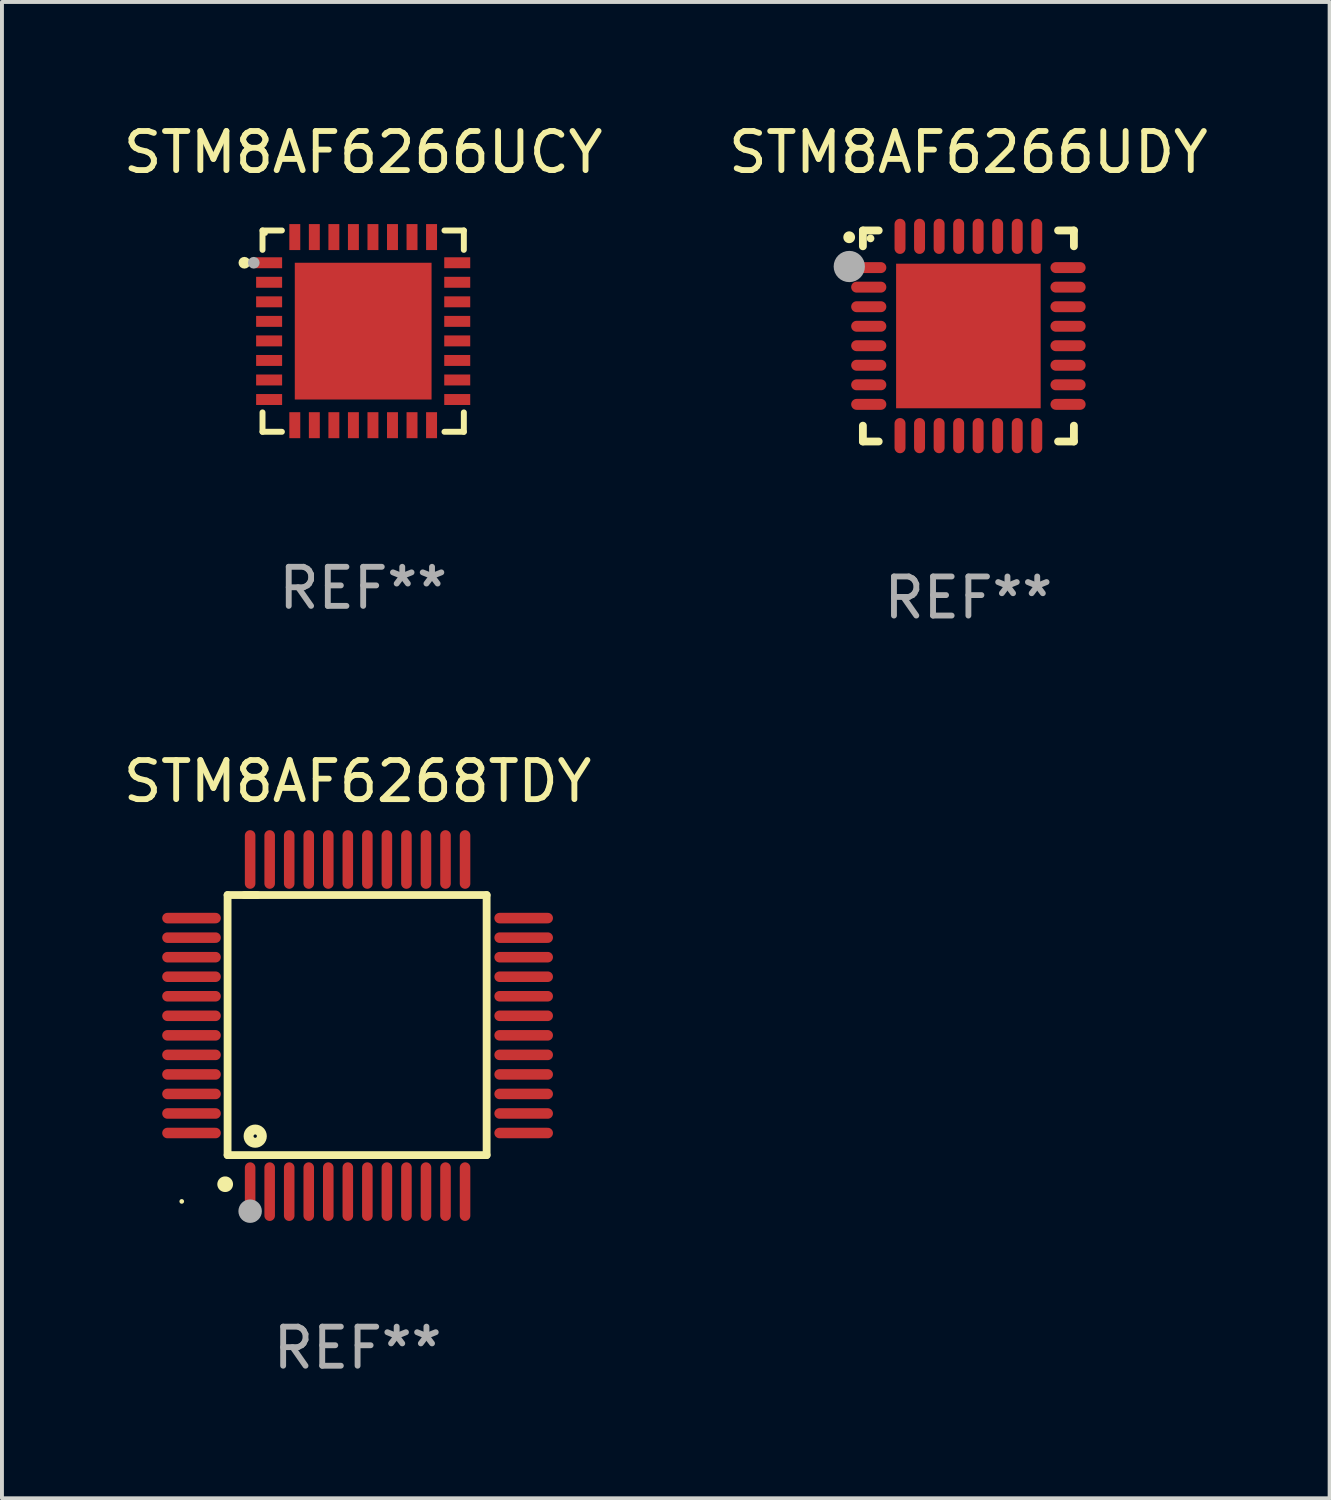
<source format=kicad_pcb>
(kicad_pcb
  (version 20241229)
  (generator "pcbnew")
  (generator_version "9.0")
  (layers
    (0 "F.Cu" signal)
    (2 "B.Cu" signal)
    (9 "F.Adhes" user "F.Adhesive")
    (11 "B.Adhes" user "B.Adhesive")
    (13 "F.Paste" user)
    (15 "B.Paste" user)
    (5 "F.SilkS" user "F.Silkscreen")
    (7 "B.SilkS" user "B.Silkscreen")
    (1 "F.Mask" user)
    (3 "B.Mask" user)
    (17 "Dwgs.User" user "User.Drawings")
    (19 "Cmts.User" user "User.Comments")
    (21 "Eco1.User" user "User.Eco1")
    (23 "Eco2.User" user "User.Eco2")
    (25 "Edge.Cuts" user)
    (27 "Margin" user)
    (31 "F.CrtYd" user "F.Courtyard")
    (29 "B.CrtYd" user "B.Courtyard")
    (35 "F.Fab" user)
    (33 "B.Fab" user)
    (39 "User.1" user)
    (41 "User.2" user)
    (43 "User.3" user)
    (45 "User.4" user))
  (footprint "STM8AF6268TDY"
    (layer "F.Cu")
    (at 6.101 23.195)
    (property "Reference" "STM8AF6268TDY" (at 0 -6.25 0) (layer "F.SilkS") (effects (font (size 1 1) (thickness 0.15))))
    (attr through_hole)
    (fp_line (start -3.327 -3.34) (end -2.565 -3.34) (stroke (width 0.2) (type solid)) (layer "F.SilkS"))
    (fp_line (start -3.327 3.315) (end -3.327 -3.34) (stroke (width 0.2) (type solid)) (layer "F.SilkS"))
    (fp_line (start -2.896 -3.34) (end 3.302 -3.34) (stroke (width 0.2) (type solid)) (layer "F.SilkS"))
    (fp_line (start 3.302 -3.34) (end 3.302 3.315) (stroke (width 0.2) (type solid)) (layer "F.SilkS"))
    (fp_line (start 3.302 3.315) (end -3.327 3.315) (stroke (width 0.2) (type solid)) (layer "F.SilkS"))
    (fp_arc (start -3.389992 4.059995) (mid -3.388722 4.059991) (end -3.387452 4.059995) (stroke (width 0.4) (type solid)) (layer "F.SilkS"))
    (fp_circle (center -4.5 4.5) (end -4.47 4.5) (stroke (width 0.06) (type solid)) (fill no) (layer "F.SilkS"))
    (fp_circle (center -2.62 2.83) (end -2.45 2.83) (stroke (width 0.254) (type solid)) (fill no) (layer "F.SilkS"))
    (fp_circle (center -2.75 4.75) (end -2.6 4.75) (stroke (width 0.3) (type solid)) (fill no) (layer "F.Fab"))
    (fp_text user "REF**" (at 0 8.25 0) (layer "F.Fab") (effects (font (size 1 1) (thickness 0.15))))
    (pad "1" smd oval (at -2.75 4.25) (size 0.27 1.5) (layers "F.Cu" "F.Mask" "F.Paste"))
    (pad "2" smd oval (at -2.25 4.25) (size 0.27 1.5) (layers "F.Cu" "F.Mask" "F.Paste"))
    (pad "3" smd oval (at -1.75 4.25) (size 0.27 1.5) (layers "F.Cu" "F.Mask" "F.Paste"))
    (pad "4" smd oval (at -1.25 4.25) (size 0.27 1.5) (layers "F.Cu" "F.Mask" "F.Paste"))
    (pad "5" smd oval (at -0.75 4.25) (size 0.27 1.5) (layers "F.Cu" "F.Mask" "F.Paste"))
    (pad "6" smd oval (at -0.25 4.25) (size 0.27 1.5) (layers "F.Cu" "F.Mask" "F.Paste"))
    (pad "7" smd oval (at 0.25 4.25) (size 0.27 1.5) (layers "F.Cu" "F.Mask" "F.Paste"))
    (pad "8" smd oval (at 0.75 4.25) (size 0.27 1.5) (layers "F.Cu" "F.Mask" "F.Paste"))
    (pad "9" smd oval (at 1.25 4.25) (size 0.27 1.5) (layers "F.Cu" "F.Mask" "F.Paste"))
    (pad "10" smd oval (at 1.75 4.25) (size 0.27 1.5) (layers "F.Cu" "F.Mask" "F.Paste"))
    (pad "11" smd oval (at 2.25 4.25) (size 0.27 1.5) (layers "F.Cu" "F.Mask" "F.Paste"))
    (pad "12" smd oval (at 2.75 4.25) (size 0.27 1.5) (layers "F.Cu" "F.Mask" "F.Paste"))
    (pad "13" smd oval (at 4.25 2.75) (size 1.5 0.27) (layers "F.Cu" "F.Mask" "F.Paste"))
    (pad "14" smd oval (at 4.25 2.25) (size 1.5 0.27) (layers "F.Cu" "F.Mask" "F.Paste"))
    (pad "15" smd oval (at 4.25 1.75) (size 1.5 0.27) (layers "F.Cu" "F.Mask" "F.Paste"))
    (pad "16" smd oval (at 4.25 1.25) (size 1.5 0.27) (layers "F.Cu" "F.Mask" "F.Paste"))
    (pad "17" smd oval (at 4.25 0.75) (size 1.5 0.27) (layers "F.Cu" "F.Mask" "F.Paste"))
    (pad "18" smd oval (at 4.25 0.25) (size 1.5 0.27) (layers "F.Cu" "F.Mask" "F.Paste"))
    (pad "19" smd oval (at 4.25 -0.25) (size 1.5 0.27) (layers "F.Cu" "F.Mask" "F.Paste"))
    (pad "20" smd oval (at 4.25 -0.75) (size 1.5 0.27) (layers "F.Cu" "F.Mask" "F.Paste"))
    (pad "21" smd oval (at 4.25 -1.25) (size 1.5 0.27) (layers "F.Cu" "F.Mask" "F.Paste"))
    (pad "22" smd oval (at 4.25 -1.75) (size 1.5 0.27) (layers "F.Cu" "F.Mask" "F.Paste"))
    (pad "23" smd oval (at 4.25 -2.25) (size 1.5 0.27) (layers "F.Cu" "F.Mask" "F.Paste"))
    (pad "24" smd oval (at 4.25 -2.75) (size 1.5 0.27) (layers "F.Cu" "F.Mask" "F.Paste"))
    (pad "25" smd oval (at 2.75 -4.25) (size 0.27 1.5) (layers "F.Cu" "F.Mask" "F.Paste"))
    (pad "26" smd oval (at 2.25 -4.25) (size 0.27 1.5) (layers "F.Cu" "F.Mask" "F.Paste"))
    (pad "27" smd oval (at 1.75 -4.25) (size 0.27 1.5) (layers "F.Cu" "F.Mask" "F.Paste"))
    (pad "28" smd oval (at 1.25 -4.25) (size 0.27 1.5) (layers "F.Cu" "F.Mask" "F.Paste"))
    (pad "29" smd oval (at 0.75 -4.25) (size 0.27 1.5) (layers "F.Cu" "F.Mask" "F.Paste"))
    (pad "30" smd oval (at 0.25 -4.25) (size 0.27 1.5) (layers "F.Cu" "F.Mask" "F.Paste"))
    (pad "31" smd oval (at -0.25 -4.25) (size 0.27 1.5) (layers "F.Cu" "F.Mask" "F.Paste"))
    (pad "32" smd oval (at -0.75 -4.25) (size 0.27 1.5) (layers "F.Cu" "F.Mask" "F.Paste"))
    (pad "33" smd oval (at -1.25 -4.25) (size 0.27 1.5) (layers "F.Cu" "F.Mask" "F.Paste"))
    (pad "34" smd oval (at -1.75 -4.25) (size 0.27 1.5) (layers "F.Cu" "F.Mask" "F.Paste"))
    (pad "35" smd oval (at -2.25 -4.25) (size 0.27 1.5) (layers "F.Cu" "F.Mask" "F.Paste"))
    (pad "36" smd oval (at -2.75 -4.25) (size 0.27 1.5) (layers "F.Cu" "F.Mask" "F.Paste"))
    (pad "37" smd oval (at -4.25 -2.75) (size 1.5 0.27) (layers "F.Cu" "F.Mask" "F.Paste"))
    (pad "38" smd oval (at -4.25 -2.25) (size 1.5 0.27) (layers "F.Cu" "F.Mask" "F.Paste"))
    (pad "39" smd oval (at -4.25 -1.75) (size 1.5 0.27) (layers "F.Cu" "F.Mask" "F.Paste"))
    (pad "40" smd oval (at -4.25 -1.25) (size 1.5 0.27) (layers "F.Cu" "F.Mask" "F.Paste"))
    (pad "41" smd oval (at -4.25 -0.75) (size 1.5 0.27) (layers "F.Cu" "F.Mask" "F.Paste"))
    (pad "42" smd oval (at -4.25 -0.25) (size 1.5 0.27) (layers "F.Cu" "F.Mask" "F.Paste"))
    (pad "43" smd oval (at -4.25 0.25) (size 1.5 0.27) (layers "F.Cu" "F.Mask" "F.Paste"))
    (pad "44" smd oval (at -4.25 0.75) (size 1.5 0.27) (layers "F.Cu" "F.Mask" "F.Paste"))
    (pad "45" smd oval (at -4.25 1.25) (size 1.5 0.27) (layers "F.Cu" "F.Mask" "F.Paste"))
    (pad "46" smd oval (at -4.25 1.75) (size 1.5 0.27) (layers "F.Cu" "F.Mask" "F.Paste"))
    (pad "47" smd oval (at -4.25 2.25) (size 1.5 0.27) (layers "F.Cu" "F.Mask" "F.Paste"))
    (pad "48" smd oval (at -4.25 2.75) (size 1.5 0.27) (layers "F.Cu" "F.Mask" "F.Paste")))
  (footprint "STM8AF6266UCY"
    (layer "F.Cu")
    (at 6.244 5.424)
    (property "Reference" "STM8AF6266UCY" (at 0 -4.576 0) (layer "F.SilkS") (effects (font (size 1 1) (thickness 0.15))))
    (attr through_hole)
    (fp_line (start -2.576 -2.576) (end -2.576 -2.08) (stroke (width 0.152) (type solid)) (layer "F.SilkS"))
    (fp_line (start -2.576 2.576) (end -2.576 2.08) (stroke (width 0.152) (type solid)) (layer "F.SilkS"))
    (fp_line (start -2.08 -2.576) (end -2.576 -2.576) (stroke (width 0.152) (type solid)) (layer "F.SilkS"))
    (fp_line (start -2.08 2.576) (end -2.576 2.576) (stroke (width 0.152) (type solid)) (layer "F.SilkS"))
    (fp_line (start 2.08 -2.576) (end 2.576 -2.576) (stroke (width 0.152) (type solid)) (layer "F.SilkS"))
    (fp_line (start 2.08 2.576) (end 2.576 2.576) (stroke (width 0.152) (type solid)) (layer "F.SilkS"))
    (fp_line (start 2.576 -2.576) (end 2.576 -2.08) (stroke (width 0.152) (type solid)) (layer "F.SilkS"))
    (fp_line (start 2.576 2.576) (end 2.576 2.08) (stroke (width 0.152) (type solid)) (layer "F.SilkS"))
    (fp_circle (center -3.04 -1.75) (end -2.965 -1.75) (stroke (width 0.15) (type solid)) (fill no) (layer "F.SilkS"))
    (fp_circle (center -2.5 -2.5) (end -2.47 -2.5) (stroke (width 0.06) (type solid)) (fill no) (layer "F.SilkS"))
    (fp_circle (center -2.8 -1.75) (end -2.725 -1.75) (stroke (width 0.15) (type solid)) (fill no) (layer "F.Fab"))
    (fp_text user "REF**" (at 0 6.576 0) (layer "F.Fab") (effects (font (size 1 1) (thickness 0.15))))
    (pad "1" smd rect (at -2.407 -1.75) (size 0.665 0.28) (layers "F.Cu" "F.Mask" "F.Paste"))
    (pad "2" smd rect (at -2.407 -1.25) (size 0.665 0.28) (layers "F.Cu" "F.Mask" "F.Paste"))
    (pad "3" smd rect (at -2.407 -0.75) (size 0.665 0.28) (layers "F.Cu" "F.Mask" "F.Paste"))
    (pad "4" smd rect (at -2.407 -0.25) (size 0.665 0.28) (layers "F.Cu" "F.Mask" "F.Paste"))
    (pad "5" smd rect (at -2.407 0.25) (size 0.665 0.28) (layers "F.Cu" "F.Mask" "F.Paste"))
    (pad "6" smd rect (at -2.407 0.75) (size 0.665 0.28) (layers "F.Cu" "F.Mask" "F.Paste"))
    (pad "7" smd rect (at -2.407 1.25) (size 0.665 0.28) (layers "F.Cu" "F.Mask" "F.Paste"))
    (pad "8" smd rect (at -2.407 1.75) (size 0.665 0.28) (layers "F.Cu" "F.Mask" "F.Paste"))
    (pad "9" smd rect (at -1.75 2.407) (size 0.28 0.665) (layers "F.Cu" "F.Mask" "F.Paste"))
    (pad "10" smd rect (at -1.25 2.407) (size 0.28 0.665) (layers "F.Cu" "F.Mask" "F.Paste"))
    (pad "11" smd rect (at -0.75 2.407) (size 0.28 0.665) (layers "F.Cu" "F.Mask" "F.Paste"))
    (pad "12" smd rect (at -0.25 2.407) (size 0.28 0.665) (layers "F.Cu" "F.Mask" "F.Paste"))
    (pad "13" smd rect (at 0.25 2.407) (size 0.28 0.665) (layers "F.Cu" "F.Mask" "F.Paste"))
    (pad "14" smd rect (at 0.75 2.407) (size 0.28 0.665) (layers "F.Cu" "F.Mask" "F.Paste"))
    (pad "15" smd rect (at 1.25 2.407) (size 0.28 0.665) (layers "F.Cu" "F.Mask" "F.Paste"))
    (pad "16" smd rect (at 1.75 2.407) (size 0.28 0.665) (layers "F.Cu" "F.Mask" "F.Paste"))
    (pad "17" smd rect (at 2.407 1.75) (size 0.665 0.28) (layers "F.Cu" "F.Mask" "F.Paste"))
    (pad "18" smd rect (at 2.407 1.25) (size 0.665 0.28) (layers "F.Cu" "F.Mask" "F.Paste"))
    (pad "19" smd rect (at 2.407 0.75) (size 0.665 0.28) (layers "F.Cu" "F.Mask" "F.Paste"))
    (pad "20" smd rect (at 2.407 0.25) (size 0.665 0.28) (layers "F.Cu" "F.Mask" "F.Paste"))
    (pad "21" smd rect (at 2.407 -0.25) (size 0.665 0.28) (layers "F.Cu" "F.Mask" "F.Paste"))
    (pad "22" smd rect (at 2.407 -0.75) (size 0.665 0.28) (layers "F.Cu" "F.Mask" "F.Paste"))
    (pad "23" smd rect (at 2.407 -1.25) (size 0.665 0.28) (layers "F.Cu" "F.Mask" "F.Paste"))
    (pad "24" smd rect (at 2.407 -1.75) (size 0.665 0.28) (layers "F.Cu" "F.Mask" "F.Paste"))
    (pad "25" smd rect (at 1.75 -2.407) (size 0.28 0.665) (layers "F.Cu" "F.Mask" "F.Paste"))
    (pad "26" smd rect (at 1.25 -2.407) (size 0.28 0.665) (layers "F.Cu" "F.Mask" "F.Paste"))
    (pad "27" smd rect (at 0.75 -2.407) (size 0.28 0.665) (layers "F.Cu" "F.Mask" "F.Paste"))
    (pad "28" smd rect (at 0.25 -2.407) (size 0.28 0.665) (layers "F.Cu" "F.Mask" "F.Paste"))
    (pad "29" smd rect (at -0.25 -2.407) (size 0.28 0.665) (layers "F.Cu" "F.Mask" "F.Paste"))
    (pad "30" smd rect (at -0.75 -2.407) (size 0.28 0.665) (layers "F.Cu" "F.Mask" "F.Paste"))
    (pad "31" smd rect (at -1.25 -2.407) (size 0.28 0.665) (layers "F.Cu" "F.Mask" "F.Paste"))
    (pad "32" smd rect (at -1.75 -2.407) (size 0.28 0.665) (layers "F.Cu" "F.Mask" "F.Paste"))
    (pad "33" smd rect (at 0 0) (size 3.5 3.5) (layers "F.Cu" "F.Mask" "F.Paste")))
  (footprint "STM8AF6266UDY"
    (layer "F.Cu")
    (at 21.732 5.548)
    (property "Reference" "STM8AF6266UDY" (at 0 -4.7 0) (layer "F.SilkS") (effects (font (size 1 1) (thickness 0.15))))
    (attr through_hole)
    (fp_line (start -2.7 -2.7) (end -2.295 -2.7) (stroke (width 0.2) (type solid)) (layer "F.SilkS"))
    (fp_line (start -2.7 -2.295) (end -2.7 -2.7) (stroke (width 0.2) (type solid)) (layer "F.SilkS"))
    (fp_line (start -2.7 2.295) (end -2.7 2.7) (stroke (width 0.2) (type solid)) (layer "F.SilkS"))
    (fp_line (start -2.7 2.7) (end -2.295 2.7) (stroke (width 0.2) (type solid)) (layer "F.SilkS"))
    (fp_line (start 2.295 -2.7) (end 2.7 -2.7) (stroke (width 0.2) (type solid)) (layer "F.SilkS"))
    (fp_line (start 2.295 2.7) (end 2.7 2.7) (stroke (width 0.2) (type solid)) (layer "F.SilkS"))
    (fp_line (start 2.7 -2.7) (end 2.7 -2.295) (stroke (width 0.2) (type solid)) (layer "F.SilkS"))
    (fp_line (start 2.7 2.7) (end 2.7 2.295) (stroke (width 0.2) (type solid)) (layer "F.SilkS"))
    (fp_arc (start -3.050546 -2.525349) (mid -3.050551 -2.526619) (end -3.050546 -2.527889) (stroke (width 0.3) (type solid)) (layer "F.SilkS"))
    (fp_circle (center -2.505 -2.497) (end -2.455 -2.497) (stroke (width 0.1) (type solid)) (fill no) (layer "F.SilkS"))
    (fp_circle (center -3.048 -1.778) (end -2.848 -1.778) (stroke (width 0.4) (type solid)) (fill no) (layer "F.Fab"))
    (fp_text user "REF**" (at 0 6.7 0) (layer "F.Fab") (effects (font (size 1 1) (thickness 0.15))))
    (pad "1" smd oval (at -2.55 -1.75 270) (size 0.28 0.9) (layers "F.Cu" "F.Mask" "F.Paste"))
    (pad "2" smd oval (at -2.55 -1.25 270) (size 0.28 0.9) (layers "F.Cu" "F.Mask" "F.Paste"))
    (pad "3" smd oval (at -2.55 -0.749 270) (size 0.28 0.9) (layers "F.Cu" "F.Mask" "F.Paste"))
    (pad "4" smd oval (at -2.55 -0.249 270) (size 0.28 0.9) (layers "F.Cu" "F.Mask" "F.Paste"))
    (pad "5" smd oval (at -2.55 0.249 270) (size 0.28 0.9) (layers "F.Cu" "F.Mask" "F.Paste"))
    (pad "6" smd oval (at -2.55 0.749 270) (size 0.28 0.9) (layers "F.Cu" "F.Mask" "F.Paste"))
    (pad "7" smd oval (at -2.55 1.25 270) (size 0.28 0.9) (layers "F.Cu" "F.Mask" "F.Paste"))
    (pad "8" smd oval (at -2.55 1.75 270) (size 0.28 0.9) (layers "F.Cu" "F.Mask" "F.Paste"))
    (pad "9" smd oval (at -1.75 2.55 270) (size 0.9 0.28) (layers "F.Cu" "F.Mask" "F.Paste"))
    (pad "10" smd oval (at -1.25 2.55 270) (size 0.9 0.28) (layers "F.Cu" "F.Mask" "F.Paste"))
    (pad "11" smd oval (at -0.749 2.55 270) (size 0.9 0.28) (layers "F.Cu" "F.Mask" "F.Paste"))
    (pad "12" smd oval (at -0.249 2.55 270) (size 0.9 0.28) (layers "F.Cu" "F.Mask" "F.Paste"))
    (pad "13" smd oval (at 0.249 2.55 270) (size 0.9 0.28) (layers "F.Cu" "F.Mask" "F.Paste"))
    (pad "14" smd oval (at 0.749 2.55 270) (size 0.9 0.28) (layers "F.Cu" "F.Mask" "F.Paste"))
    (pad "15" smd oval (at 1.25 2.55 270) (size 0.9 0.28) (layers "F.Cu" "F.Mask" "F.Paste"))
    (pad "16" smd oval (at 1.75 2.55 270) (size 0.9 0.28) (layers "F.Cu" "F.Mask" "F.Paste"))
    (pad "17" smd oval (at 2.55 1.75 270) (size 0.28 0.9) (layers "F.Cu" "F.Mask" "F.Paste"))
    (pad "18" smd oval (at 2.55 1.25 270) (size 0.28 0.9) (layers "F.Cu" "F.Mask" "F.Paste"))
    (pad "19" smd oval (at 2.55 0.749 270) (size 0.28 0.9) (layers "F.Cu" "F.Mask" "F.Paste"))
    (pad "20" smd oval (at 2.55 0.249 270) (size 0.28 0.9) (layers "F.Cu" "F.Mask" "F.Paste"))
    (pad "21" smd oval (at 2.55 -0.249 270) (size 0.28 0.9) (layers "F.Cu" "F.Mask" "F.Paste"))
    (pad "22" smd oval (at 2.55 -0.749 270) (size 0.28 0.9) (layers "F.Cu" "F.Mask" "F.Paste"))
    (pad "23" smd oval (at 2.55 -1.25 270) (size 0.28 0.9) (layers "F.Cu" "F.Mask" "F.Paste"))
    (pad "24" smd oval (at 2.55 -1.75 270) (size 0.28 0.9) (layers "F.Cu" "F.Mask" "F.Paste"))
    (pad "25" smd oval (at 1.75 -2.55 270) (size 0.9 0.28) (layers "F.Cu" "F.Mask" "F.Paste"))
    (pad "26" smd oval (at 1.25 -2.55 270) (size 0.9 0.28) (layers "F.Cu" "F.Mask" "F.Paste"))
    (pad "27" smd oval (at 0.749 -2.55 270) (size 0.9 0.28) (layers "F.Cu" "F.Mask" "F.Paste"))
    (pad "28" smd oval (at 0.249 -2.55 270) (size 0.9 0.28) (layers "F.Cu" "F.Mask" "F.Paste"))
    (pad "29" smd oval (at -0.249 -2.55 270) (size 0.9 0.28) (layers "F.Cu" "F.Mask" "F.Paste"))
    (pad "30" smd oval (at -0.749 -2.55 270) (size 0.9 0.28) (layers "F.Cu" "F.Mask" "F.Paste"))
    (pad "31" smd oval (at -1.25 -2.55 270) (size 0.9 0.28) (layers "F.Cu" "F.Mask" "F.Paste"))
    (pad "32" smd oval (at -1.75 -2.55 270) (size 0.9 0.28) (layers "F.Cu" "F.Mask" "F.Paste"))
    (pad "33" smd rect (at -0.000076 0.000076 270) (size 3.7 3.7) (layers "F.Cu" "F.Mask" "F.Paste")))
  (gr_rect
    (start -3 -3)
    (end 30.976 35.293)
    (stroke (width 0.1) (type default))
    (fill no)
    (layer "Edge.Cuts")))
</source>
